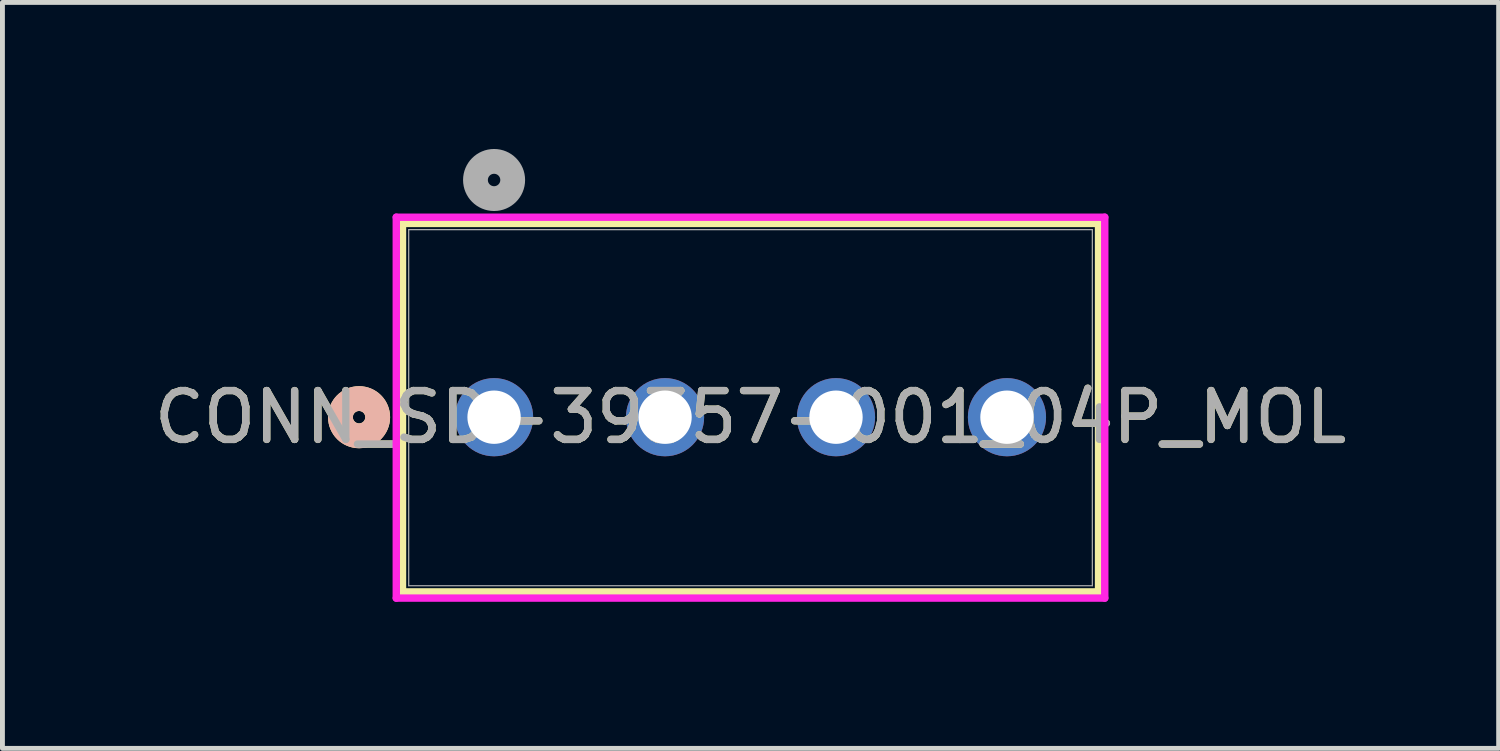
<source format=kicad_pcb>
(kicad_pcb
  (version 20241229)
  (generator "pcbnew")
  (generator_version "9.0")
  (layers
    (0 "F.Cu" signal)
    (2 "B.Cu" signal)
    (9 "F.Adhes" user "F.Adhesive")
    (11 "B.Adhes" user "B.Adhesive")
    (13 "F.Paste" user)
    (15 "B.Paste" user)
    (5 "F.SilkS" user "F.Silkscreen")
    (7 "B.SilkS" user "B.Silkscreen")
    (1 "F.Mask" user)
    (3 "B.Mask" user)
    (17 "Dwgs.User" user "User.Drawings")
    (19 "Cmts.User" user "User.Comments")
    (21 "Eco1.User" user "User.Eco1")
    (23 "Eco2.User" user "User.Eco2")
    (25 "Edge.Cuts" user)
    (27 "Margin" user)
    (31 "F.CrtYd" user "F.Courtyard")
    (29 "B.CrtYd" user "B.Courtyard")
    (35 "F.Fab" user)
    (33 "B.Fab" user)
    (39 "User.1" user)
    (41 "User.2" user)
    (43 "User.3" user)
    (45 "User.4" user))
  (footprint "CONN_SD-39357-001_04P_MOL"
    (layer "F.Cu")
    (at 7.065 5.491)
    (property "Reference" "CONN_SD-39357-001_04P_MOL" (at 5.25 0 0) (unlocked yes) (layer "F.SilkS") (effects (font (size 1 1) (thickness 0.15))))
    (attr through_hole)
    (fp_line (start -1.875 -3.967) (end -1.875 3.577) (stroke (width 0.152) (type solid)) (layer "F.SilkS"))
    (fp_line (start -1.875 3.577) (end 12.375 3.577) (stroke (width 0.152) (type solid)) (layer "F.SilkS"))
    (fp_line (start 12.375 -3.967) (end -1.875 -3.967) (stroke (width 0.152) (type solid)) (layer "F.SilkS"))
    (fp_line (start 12.375 3.577) (end 12.375 -3.967) (stroke (width 0.152) (type solid)) (layer "F.SilkS"))
    (fp_circle (center -2.764 0) (end -2.383 0) (stroke (width 0.508) (type solid)) (fill no) (layer "F.SilkS"))
    (fp_circle (center -2.764 0) (end -2.383 0) (stroke (width 0.508) (type solid)) (fill no) (layer "B.SilkS"))
    (fp_line (start -2.002 -4.094) (end -2.002 3.704) (stroke (width 0.152) (type solid)) (layer "F.CrtYd"))
    (fp_line (start -2.002 3.704) (end 12.502 3.704) (stroke (width 0.152) (type solid)) (layer "F.CrtYd"))
    (fp_line (start 12.502 -4.094) (end -2.002 -4.094) (stroke (width 0.152) (type solid)) (layer "F.CrtYd"))
    (fp_line (start 12.502 3.704) (end 12.502 -4.094) (stroke (width 0.152) (type solid)) (layer "F.CrtYd"))
    (fp_line (start -1.748 -3.84) (end -1.748 3.45) (stroke (width 0.025) (type solid)) (layer "F.Fab"))
    (fp_line (start -1.748 3.45) (end 12.248 3.45) (stroke (width 0.025) (type solid)) (layer "F.Fab"))
    (fp_line (start 12.248 -3.84) (end -1.748 -3.84) (stroke (width 0.025) (type solid)) (layer "F.Fab"))
    (fp_line (start 12.248 3.45) (end 12.248 -3.84) (stroke (width 0.025) (type solid)) (layer "F.Fab"))
    (fp_circle (center 0 -4.856) (end 0.381 -4.856) (stroke (width 0.508) (type solid)) (fill no) (layer "F.Fab"))
    (fp_text user "${REFERENCE}" (at 5.25 0 0) (unlocked yes) (layer "F.Fab") (effects (font (size 1 1) (thickness 0.15))))
    (pad "1" thru_hole circle (at 0 0) (size 1.6 1.6) (drill 1.092) (layers "*.Cu" "*.Mask"))
    (pad "2" thru_hole circle (at 3.5 0) (size 1.6 1.6) (drill 1.092) (layers "*.Cu" "*.Mask"))
    (pad "3" thru_hole circle (at 7 0) (size 1.6 1.6) (drill 1.092) (layers "*.Cu" "*.Mask"))
    (pad "4" thru_hole circle (at 10.5 0) (size 1.6 1.6) (drill 1.092) (layers "*.Cu" "*.Mask")))
  (gr_rect
    (start -3 -3)
    (end 27.631 12.271)
    (stroke (width 0.1) (type default))
    (fill no)
    (layer "Edge.Cuts")))
</source>
